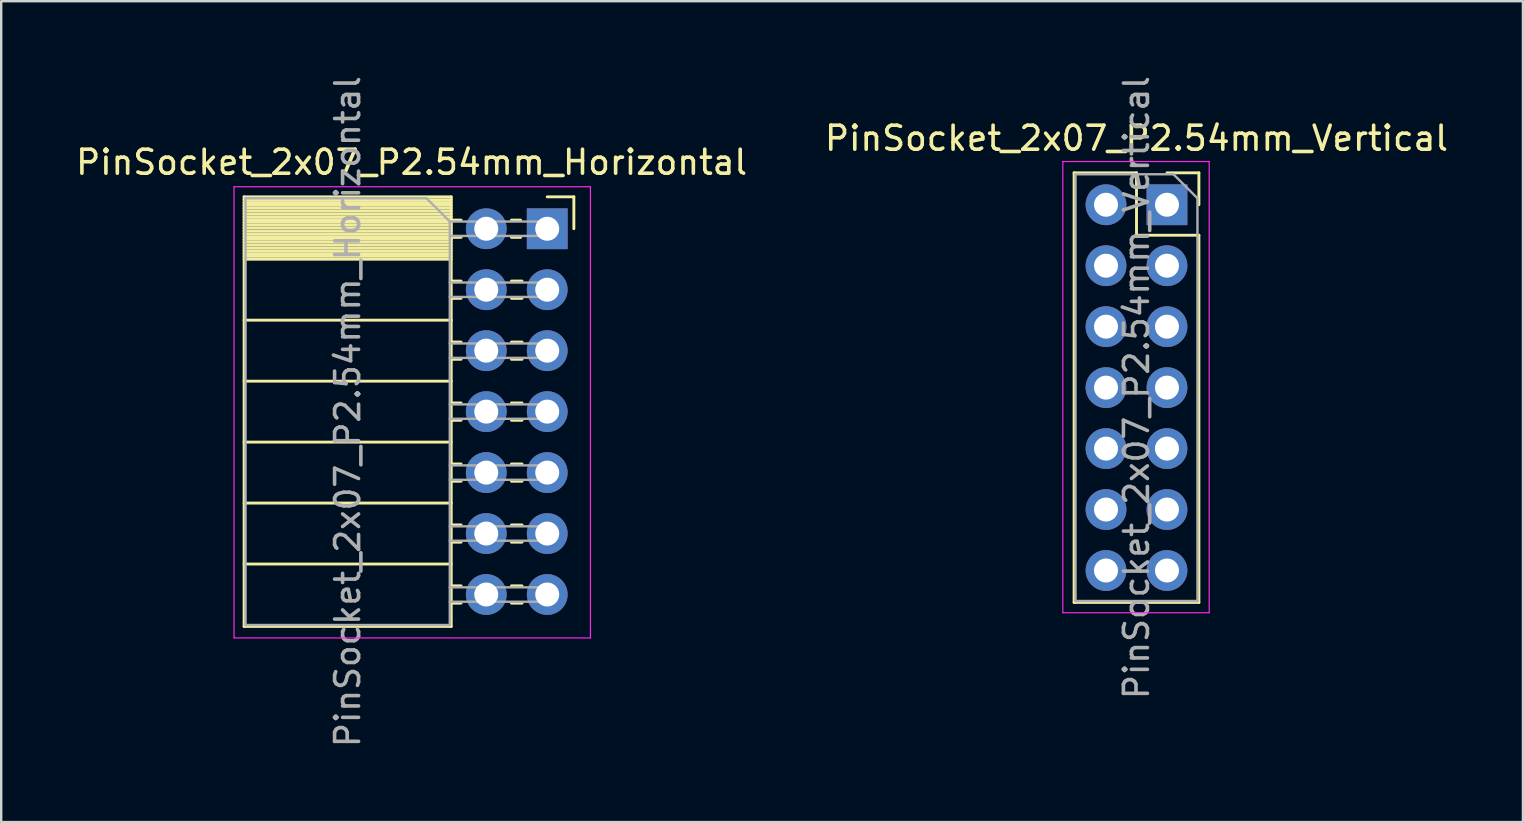
<source format=kicad_pcb>
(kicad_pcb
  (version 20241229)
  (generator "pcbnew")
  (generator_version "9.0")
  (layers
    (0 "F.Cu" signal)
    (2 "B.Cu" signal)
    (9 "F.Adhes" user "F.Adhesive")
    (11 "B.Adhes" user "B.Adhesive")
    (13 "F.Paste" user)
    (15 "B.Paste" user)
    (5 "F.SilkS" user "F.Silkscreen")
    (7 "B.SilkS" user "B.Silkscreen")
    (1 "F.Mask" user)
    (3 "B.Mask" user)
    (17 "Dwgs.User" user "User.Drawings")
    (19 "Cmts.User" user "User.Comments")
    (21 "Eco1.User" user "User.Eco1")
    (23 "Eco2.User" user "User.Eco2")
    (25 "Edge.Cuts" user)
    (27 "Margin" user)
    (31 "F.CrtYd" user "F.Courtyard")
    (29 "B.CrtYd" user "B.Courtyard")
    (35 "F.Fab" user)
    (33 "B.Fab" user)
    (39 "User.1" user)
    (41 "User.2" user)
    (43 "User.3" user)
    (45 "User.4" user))
  (footprint "PinSocket_2x07_P2.54mm_Horizontal"
    (layer "F.Cu")
    (at 19.751 6.481)
    (property "Reference" "PinSocket_2x07_P2.54mm_Horizontal" (at -5.65 -2.77 0) (layer "F.SilkS") (effects (font (size 1 1) (thickness 0.15))))
    (attr through_hole)
    (fp_line (start -12.63 -1.33) (end -12.63 16.57) (stroke (width 0.12) (type solid)) (layer "F.SilkS"))
    (fp_line (start -12.63 -1.33) (end -4 -1.33) (stroke (width 0.12) (type solid)) (layer "F.SilkS"))
    (fp_line (start -12.63 -1.21) (end -4 -1.21) (stroke (width 0.12) (type solid)) (layer "F.SilkS"))
    (fp_line (start -12.63 -1.092) (end -4 -1.092) (stroke (width 0.12) (type solid)) (layer "F.SilkS"))
    (fp_line (start -12.63 -0.974) (end -4 -0.974) (stroke (width 0.12) (type solid)) (layer "F.SilkS"))
    (fp_line (start -12.63 -0.856) (end -4 -0.856) (stroke (width 0.12) (type solid)) (layer "F.SilkS"))
    (fp_line (start -12.63 -0.738) (end -4 -0.738) (stroke (width 0.12) (type solid)) (layer "F.SilkS"))
    (fp_line (start -12.63 -0.62) (end -4 -0.62) (stroke (width 0.12) (type solid)) (layer "F.SilkS"))
    (fp_line (start -12.63 -0.501) (end -4 -0.501) (stroke (width 0.12) (type solid)) (layer "F.SilkS"))
    (fp_line (start -12.63 -0.383) (end -4 -0.383) (stroke (width 0.12) (type solid)) (layer "F.SilkS"))
    (fp_line (start -12.63 -0.265) (end -4 -0.265) (stroke (width 0.12) (type solid)) (layer "F.SilkS"))
    (fp_line (start -12.63 -0.147) (end -4 -0.147) (stroke (width 0.12) (type solid)) (layer "F.SilkS"))
    (fp_line (start -12.63 -0.029) (end -4 -0.029) (stroke (width 0.12) (type solid)) (layer "F.SilkS"))
    (fp_line (start -12.63 0.089) (end -4 0.089) (stroke (width 0.12) (type solid)) (layer "F.SilkS"))
    (fp_line (start -12.63 0.207) (end -4 0.207) (stroke (width 0.12) (type solid)) (layer "F.SilkS"))
    (fp_line (start -12.63 0.325) (end -4 0.325) (stroke (width 0.12) (type solid)) (layer "F.SilkS"))
    (fp_line (start -12.63 0.443) (end -4 0.443) (stroke (width 0.12) (type solid)) (layer "F.SilkS"))
    (fp_line (start -12.63 0.561) (end -4 0.561) (stroke (width 0.12) (type solid)) (layer "F.SilkS"))
    (fp_line (start -12.63 0.68) (end -4 0.68) (stroke (width 0.12) (type solid)) (layer "F.SilkS"))
    (fp_line (start -12.63 0.798) (end -4 0.798) (stroke (width 0.12) (type solid)) (layer "F.SilkS"))
    (fp_line (start -12.63 0.916) (end -4 0.916) (stroke (width 0.12) (type solid)) (layer "F.SilkS"))
    (fp_line (start -12.63 1.034) (end -4 1.034) (stroke (width 0.12) (type solid)) (layer "F.SilkS"))
    (fp_line (start -12.63 1.152) (end -4 1.152) (stroke (width 0.12) (type solid)) (layer "F.SilkS"))
    (fp_line (start -12.63 1.27) (end -4 1.27) (stroke (width 0.12) (type solid)) (layer "F.SilkS"))
    (fp_line (start -12.63 3.81) (end -4 3.81) (stroke (width 0.12) (type solid)) (layer "F.SilkS"))
    (fp_line (start -12.63 6.35) (end -4 6.35) (stroke (width 0.12) (type solid)) (layer "F.SilkS"))
    (fp_line (start -12.63 8.89) (end -4 8.89) (stroke (width 0.12) (type solid)) (layer "F.SilkS"))
    (fp_line (start -12.63 11.43) (end -4 11.43) (stroke (width 0.12) (type solid)) (layer "F.SilkS"))
    (fp_line (start -12.63 13.97) (end -4 13.97) (stroke (width 0.12) (type solid)) (layer "F.SilkS"))
    (fp_line (start -12.63 16.57) (end -4 16.57) (stroke (width 0.12) (type solid)) (layer "F.SilkS"))
    (fp_line (start -4 -1.33) (end -4 16.57) (stroke (width 0.12) (type solid)) (layer "F.SilkS"))
    (fp_line (start -4 -0.36) (end -3.59 -0.36) (stroke (width 0.12) (type solid)) (layer "F.SilkS"))
    (fp_line (start -4 0.36) (end -3.59 0.36) (stroke (width 0.12) (type solid)) (layer "F.SilkS"))
    (fp_line (start -4 2.18) (end -3.59 2.18) (stroke (width 0.12) (type solid)) (layer "F.SilkS"))
    (fp_line (start -4 2.9) (end -3.59 2.9) (stroke (width 0.12) (type solid)) (layer "F.SilkS"))
    (fp_line (start -4 4.72) (end -3.59 4.72) (stroke (width 0.12) (type solid)) (layer "F.SilkS"))
    (fp_line (start -4 5.44) (end -3.59 5.44) (stroke (width 0.12) (type solid)) (layer "F.SilkS"))
    (fp_line (start -4 7.26) (end -3.59 7.26) (stroke (width 0.12) (type solid)) (layer "F.SilkS"))
    (fp_line (start -4 7.98) (end -3.59 7.98) (stroke (width 0.12) (type solid)) (layer "F.SilkS"))
    (fp_line (start -4 9.8) (end -3.59 9.8) (stroke (width 0.12) (type solid)) (layer "F.SilkS"))
    (fp_line (start -4 10.52) (end -3.59 10.52) (stroke (width 0.12) (type solid)) (layer "F.SilkS"))
    (fp_line (start -4 12.34) (end -3.59 12.34) (stroke (width 0.12) (type solid)) (layer "F.SilkS"))
    (fp_line (start -4 13.06) (end -3.59 13.06) (stroke (width 0.12) (type solid)) (layer "F.SilkS"))
    (fp_line (start -4 14.88) (end -3.59 14.88) (stroke (width 0.12) (type solid)) (layer "F.SilkS"))
    (fp_line (start -4 15.6) (end -3.59 15.6) (stroke (width 0.12) (type solid)) (layer "F.SilkS"))
    (fp_line (start -1.49 -0.36) (end -1.11 -0.36) (stroke (width 0.12) (type solid)) (layer "F.SilkS"))
    (fp_line (start -1.49 0.36) (end -1.11 0.36) (stroke (width 0.12) (type solid)) (layer "F.SilkS"))
    (fp_line (start -1.49 2.18) (end -1.05 2.18) (stroke (width 0.12) (type solid)) (layer "F.SilkS"))
    (fp_line (start -1.49 2.9) (end -1.05 2.9) (stroke (width 0.12) (type solid)) (layer "F.SilkS"))
    (fp_line (start -1.49 4.72) (end -1.05 4.72) (stroke (width 0.12) (type solid)) (layer "F.SilkS"))
    (fp_line (start -1.49 5.44) (end -1.05 5.44) (stroke (width 0.12) (type solid)) (layer "F.SilkS"))
    (fp_line (start -1.49 7.26) (end -1.05 7.26) (stroke (width 0.12) (type solid)) (layer "F.SilkS"))
    (fp_line (start -1.49 7.98) (end -1.05 7.98) (stroke (width 0.12) (type solid)) (layer "F.SilkS"))
    (fp_line (start -1.49 9.8) (end -1.05 9.8) (stroke (width 0.12) (type solid)) (layer "F.SilkS"))
    (fp_line (start -1.49 10.52) (end -1.05 10.52) (stroke (width 0.12) (type solid)) (layer "F.SilkS"))
    (fp_line (start -1.49 12.34) (end -1.05 12.34) (stroke (width 0.12) (type solid)) (layer "F.SilkS"))
    (fp_line (start -1.49 13.06) (end -1.05 13.06) (stroke (width 0.12) (type solid)) (layer "F.SilkS"))
    (fp_line (start -1.49 14.88) (end -1.05 14.88) (stroke (width 0.12) (type solid)) (layer "F.SilkS"))
    (fp_line (start -1.49 15.6) (end -1.05 15.6) (stroke (width 0.12) (type solid)) (layer "F.SilkS"))
    (fp_line (start 0 -1.33) (end 1.11 -1.33) (stroke (width 0.12) (type solid)) (layer "F.SilkS"))
    (fp_line (start 1.11 -1.33) (end 1.11 0) (stroke (width 0.12) (type solid)) (layer "F.SilkS"))
    (fp_line (start -13.05 -1.75) (end -13.05 17.05) (stroke (width 0.05) (type solid)) (layer "F.CrtYd"))
    (fp_line (start -13.05 17.05) (end 1.8 17.05) (stroke (width 0.05) (type solid)) (layer "F.CrtYd"))
    (fp_line (start 1.8 -1.75) (end -13.05 -1.75) (stroke (width 0.05) (type solid)) (layer "F.CrtYd"))
    (fp_line (start 1.8 17.05) (end 1.8 -1.75) (stroke (width 0.05) (type solid)) (layer "F.CrtYd"))
    (fp_line (start -12.57 -1.27) (end -5.03 -1.27) (stroke (width 0.1) (type solid)) (layer "F.Fab"))
    (fp_line (start -12.57 16.51) (end -12.57 -1.27) (stroke (width 0.1) (type solid)) (layer "F.Fab"))
    (fp_line (start -5.03 -1.27) (end -4.06 -0.3) (stroke (width 0.1) (type solid)) (layer "F.Fab"))
    (fp_line (start -4.06 -0.3) (end -4.06 16.51) (stroke (width 0.1) (type solid)) (layer "F.Fab"))
    (fp_line (start -4.06 0.3) (end 0 0.3) (stroke (width 0.1) (type solid)) (layer "F.Fab"))
    (fp_line (start -4.06 2.84) (end 0 2.84) (stroke (width 0.1) (type solid)) (layer "F.Fab"))
    (fp_line (start -4.06 5.38) (end 0 5.38) (stroke (width 0.1) (type solid)) (layer "F.Fab"))
    (fp_line (start -4.06 7.92) (end 0 7.92) (stroke (width 0.1) (type solid)) (layer "F.Fab"))
    (fp_line (start -4.06 10.46) (end 0 10.46) (stroke (width 0.1) (type solid)) (layer "F.Fab"))
    (fp_line (start -4.06 13) (end 0 13) (stroke (width 0.1) (type solid)) (layer "F.Fab"))
    (fp_line (start -4.06 15.54) (end 0 15.54) (stroke (width 0.1) (type solid)) (layer "F.Fab"))
    (fp_line (start -4.06 16.51) (end -12.57 16.51) (stroke (width 0.1) (type solid)) (layer "F.Fab"))
    (fp_line (start 0 -0.3) (end -4.06 -0.3) (stroke (width 0.1) (type solid)) (layer "F.Fab"))
    (fp_line (start 0 0.3) (end 0 -0.3) (stroke (width 0.1) (type solid)) (layer "F.Fab"))
    (fp_line (start 0 2.24) (end -4.06 2.24) (stroke (width 0.1) (type solid)) (layer "F.Fab"))
    (fp_line (start 0 2.84) (end 0 2.24) (stroke (width 0.1) (type solid)) (layer "F.Fab"))
    (fp_line (start 0 4.78) (end -4.06 4.78) (stroke (width 0.1) (type solid)) (layer "F.Fab"))
    (fp_line (start 0 5.38) (end 0 4.78) (stroke (width 0.1) (type solid)) (layer "F.Fab"))
    (fp_line (start 0 7.32) (end -4.06 7.32) (stroke (width 0.1) (type solid)) (layer "F.Fab"))
    (fp_line (start 0 7.92) (end 0 7.32) (stroke (width 0.1) (type solid)) (layer "F.Fab"))
    (fp_line (start 0 9.86) (end -4.06 9.86) (stroke (width 0.1) (type solid)) (layer "F.Fab"))
    (fp_line (start 0 10.46) (end 0 9.86) (stroke (width 0.1) (type solid)) (layer "F.Fab"))
    (fp_line (start 0 12.4) (end -4.06 12.4) (stroke (width 0.1) (type solid)) (layer "F.Fab"))
    (fp_line (start 0 13) (end 0 12.4) (stroke (width 0.1) (type solid)) (layer "F.Fab"))
    (fp_line (start 0 14.94) (end -4.06 14.94) (stroke (width 0.1) (type solid)) (layer "F.Fab"))
    (fp_line (start 0 15.54) (end 0 14.94) (stroke (width 0.1) (type solid)) (layer "F.Fab"))
    (fp_text user "${REFERENCE}" (at -8.315 7.62 90) (layer "F.Fab") (effects (font (size 1 1) (thickness 0.15))))
    (pad "1" thru_hole rect (at 0 0) (size 1.7 1.7) (drill 1) (layers "*.Cu" "*.Mask"))
    (pad "2" thru_hole oval (at -2.54 0) (size 1.7 1.7) (drill 1) (layers "*.Cu" "*.Mask"))
    (pad "3" thru_hole oval (at 0 2.54) (size 1.7 1.7) (drill 1) (layers "*.Cu" "*.Mask"))
    (pad "4" thru_hole oval (at -2.54 2.54) (size 1.7 1.7) (drill 1) (layers "*.Cu" "*.Mask"))
    (pad "5" thru_hole oval (at 0 5.08) (size 1.7 1.7) (drill 1) (layers "*.Cu" "*.Mask"))
    (pad "6" thru_hole oval (at -2.54 5.08) (size 1.7 1.7) (drill 1) (layers "*.Cu" "*.Mask"))
    (pad "7" thru_hole oval (at 0 7.62) (size 1.7 1.7) (drill 1) (layers "*.Cu" "*.Mask"))
    (pad "8" thru_hole oval (at -2.54 7.62) (size 1.7 1.7) (drill 1) (layers "*.Cu" "*.Mask"))
    (pad "9" thru_hole oval (at 0 10.16) (size 1.7 1.7) (drill 1) (layers "*.Cu" "*.Mask"))
    (pad "10" thru_hole oval (at -2.54 10.16) (size 1.7 1.7) (drill 1) (layers "*.Cu" "*.Mask"))
    (pad "11" thru_hole oval (at 0 12.7) (size 1.7 1.7) (drill 1) (layers "*.Cu" "*.Mask"))
    (pad "12" thru_hole oval (at -2.54 12.7) (size 1.7 1.7) (drill 1) (layers "*.Cu" "*.Mask"))
    (pad "13" thru_hole oval (at 0 15.24) (size 1.7 1.7) (drill 1) (layers "*.Cu" "*.Mask"))
    (pad "14" thru_hole oval (at -2.54 15.24) (size 1.7 1.7) (drill 1) (layers "*.Cu" "*.Mask")))
  (footprint "PinSocket_2x07_P2.54mm_Vertical"
    (layer "F.Cu")
    (at 45.574 5.481)
    (property "Reference" "PinSocket_2x07_P2.54mm_Vertical" (at -1.27 -2.77 0) (layer "F.SilkS") (effects (font (size 1 1) (thickness 0.15))))
    (attr through_hole)
    (fp_line (start -3.87 -1.33) (end -3.87 16.57) (stroke (width 0.12) (type solid)) (layer "F.SilkS"))
    (fp_line (start -3.87 -1.33) (end -1.27 -1.33) (stroke (width 0.12) (type solid)) (layer "F.SilkS"))
    (fp_line (start -3.87 16.57) (end 1.33 16.57) (stroke (width 0.12) (type solid)) (layer "F.SilkS"))
    (fp_line (start -1.27 -1.33) (end -1.27 1.27) (stroke (width 0.12) (type solid)) (layer "F.SilkS"))
    (fp_line (start -1.27 1.27) (end 1.33 1.27) (stroke (width 0.12) (type solid)) (layer "F.SilkS"))
    (fp_line (start 0 -1.33) (end 1.33 -1.33) (stroke (width 0.12) (type solid)) (layer "F.SilkS"))
    (fp_line (start 1.33 -1.33) (end 1.33 0) (stroke (width 0.12) (type solid)) (layer "F.SilkS"))
    (fp_line (start 1.33 1.27) (end 1.33 16.57) (stroke (width 0.12) (type solid)) (layer "F.SilkS"))
    (fp_line (start -4.34 -1.8) (end 1.76 -1.8) (stroke (width 0.05) (type solid)) (layer "F.CrtYd"))
    (fp_line (start -4.34 17) (end -4.34 -1.8) (stroke (width 0.05) (type solid)) (layer "F.CrtYd"))
    (fp_line (start 1.76 -1.8) (end 1.76 17) (stroke (width 0.05) (type solid)) (layer "F.CrtYd"))
    (fp_line (start 1.76 17) (end -4.34 17) (stroke (width 0.05) (type solid)) (layer "F.CrtYd"))
    (fp_line (start -3.81 -1.27) (end 0.27 -1.27) (stroke (width 0.1) (type solid)) (layer "F.Fab"))
    (fp_line (start -3.81 16.51) (end -3.81 -1.27) (stroke (width 0.1) (type solid)) (layer "F.Fab"))
    (fp_line (start 0.27 -1.27) (end 1.27 -0.27) (stroke (width 0.1) (type solid)) (layer "F.Fab"))
    (fp_line (start 1.27 -0.27) (end 1.27 16.51) (stroke (width 0.1) (type solid)) (layer "F.Fab"))
    (fp_line (start 1.27 16.51) (end -3.81 16.51) (stroke (width 0.1) (type solid)) (layer "F.Fab"))
    (fp_text user "${REFERENCE}" (at -1.27 7.62 90) (layer "F.Fab") (effects (font (size 1 1) (thickness 0.15))))
    (pad "1" thru_hole rect (at 0 0) (size 1.7 1.7) (drill 1) (layers "*.Cu" "*.Mask"))
    (pad "2" thru_hole oval (at -2.54 0) (size 1.7 1.7) (drill 1) (layers "*.Cu" "*.Mask"))
    (pad "3" thru_hole oval (at 0 2.54) (size 1.7 1.7) (drill 1) (layers "*.Cu" "*.Mask"))
    (pad "4" thru_hole oval (at -2.54 2.54) (size 1.7 1.7) (drill 1) (layers "*.Cu" "*.Mask"))
    (pad "5" thru_hole oval (at 0 5.08) (size 1.7 1.7) (drill 1) (layers "*.Cu" "*.Mask"))
    (pad "6" thru_hole oval (at -2.54 5.08) (size 1.7 1.7) (drill 1) (layers "*.Cu" "*.Mask"))
    (pad "7" thru_hole oval (at 0 7.62) (size 1.7 1.7) (drill 1) (layers "*.Cu" "*.Mask"))
    (pad "8" thru_hole oval (at -2.54 7.62) (size 1.7 1.7) (drill 1) (layers "*.Cu" "*.Mask"))
    (pad "9" thru_hole oval (at 0 10.16) (size 1.7 1.7) (drill 1) (layers "*.Cu" "*.Mask"))
    (pad "10" thru_hole oval (at -2.54 10.16) (size 1.7 1.7) (drill 1) (layers "*.Cu" "*.Mask"))
    (pad "11" thru_hole oval (at 0 12.7) (size 1.7 1.7) (drill 1) (layers "*.Cu" "*.Mask"))
    (pad "12" thru_hole oval (at -2.54 12.7) (size 1.7 1.7) (drill 1) (layers "*.Cu" "*.Mask"))
    (pad "13" thru_hole oval (at 0 15.24) (size 1.7 1.7) (drill 1) (layers "*.Cu" "*.Mask"))
    (pad "14" thru_hole oval (at -2.54 15.24) (size 1.7 1.7) (drill 1) (layers "*.Cu" "*.Mask")))
  (gr_rect
    (start -3 -3)
    (end 60.405 31.202)
    (stroke (width 0.1) (type default))
    (fill no)
    (layer "Edge.Cuts")))
</source>
